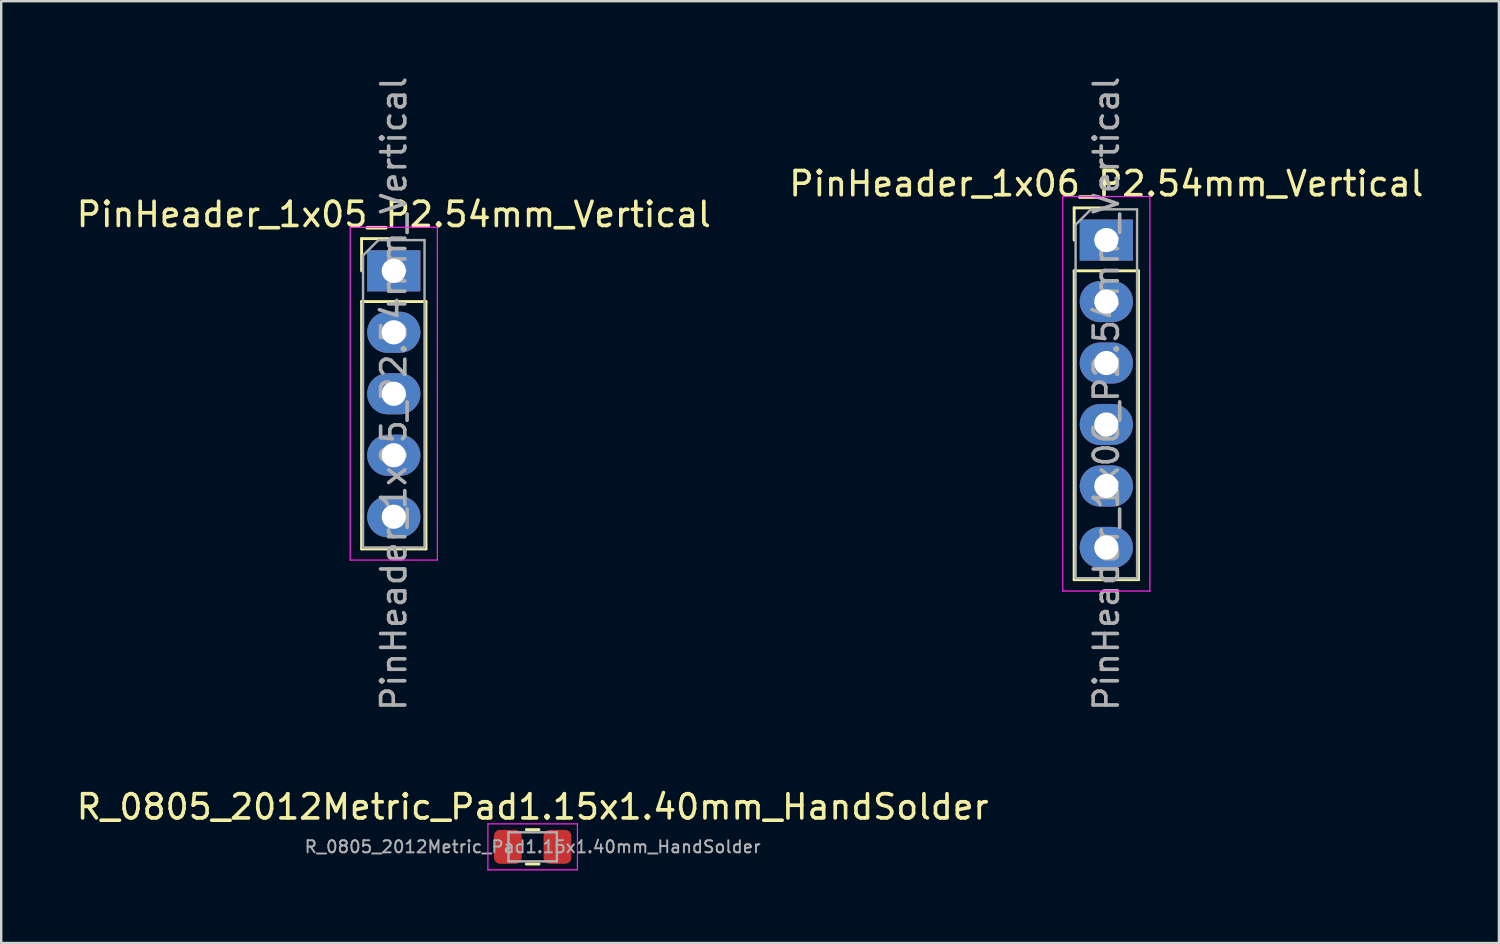
<source format=kicad_pcb>
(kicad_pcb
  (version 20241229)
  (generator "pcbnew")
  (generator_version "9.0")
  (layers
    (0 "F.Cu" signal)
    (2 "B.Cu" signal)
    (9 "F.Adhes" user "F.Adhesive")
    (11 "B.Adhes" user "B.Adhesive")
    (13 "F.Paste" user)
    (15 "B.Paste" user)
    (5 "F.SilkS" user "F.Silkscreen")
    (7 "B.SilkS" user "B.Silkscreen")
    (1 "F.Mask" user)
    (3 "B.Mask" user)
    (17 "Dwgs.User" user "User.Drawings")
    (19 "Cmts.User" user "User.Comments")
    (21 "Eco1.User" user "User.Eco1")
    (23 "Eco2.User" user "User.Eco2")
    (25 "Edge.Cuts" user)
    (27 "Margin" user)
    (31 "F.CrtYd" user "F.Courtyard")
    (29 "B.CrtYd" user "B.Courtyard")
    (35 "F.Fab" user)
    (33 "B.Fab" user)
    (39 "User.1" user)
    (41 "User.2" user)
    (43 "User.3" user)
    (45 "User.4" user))
  (footprint "PinHeader_1x05_P2.54mm_Vertical"
    (layer "F.Cu")
    (at 13.22 8.14)
    (property "Reference" "PinHeader_1x05_P2.54mm_Vertical" (at 0 -2.33 0) (layer "F.SilkS") (effects (font (size 1 1) (thickness 0.15))))
    (attr through_hole)
    (fp_line (start -1.33 -1.33) (end 0 -1.33) (stroke (width 0.12) (type solid)) (layer "F.SilkS"))
    (fp_line (start -1.33 0) (end -1.33 -1.33) (stroke (width 0.12) (type solid)) (layer "F.SilkS"))
    (fp_line (start -1.33 1.27) (end -1.33 11.49) (stroke (width 0.12) (type solid)) (layer "F.SilkS"))
    (fp_line (start -1.33 1.27) (end 1.33 1.27) (stroke (width 0.12) (type solid)) (layer "F.SilkS"))
    (fp_line (start -1.33 11.49) (end 1.33 11.49) (stroke (width 0.12) (type solid)) (layer "F.SilkS"))
    (fp_line (start 1.33 1.27) (end 1.33 11.49) (stroke (width 0.12) (type solid)) (layer "F.SilkS"))
    (fp_line (start -1.8 -1.8) (end -1.8 11.95) (stroke (width 0.05) (type solid)) (layer "F.CrtYd"))
    (fp_line (start -1.8 11.95) (end 1.8 11.95) (stroke (width 0.05) (type solid)) (layer "F.CrtYd"))
    (fp_line (start 1.8 -1.8) (end -1.8 -1.8) (stroke (width 0.05) (type solid)) (layer "F.CrtYd"))
    (fp_line (start 1.8 11.95) (end 1.8 -1.8) (stroke (width 0.05) (type solid)) (layer "F.CrtYd"))
    (fp_line (start -1.27 -0.635) (end -0.635 -1.27) (stroke (width 0.1) (type solid)) (layer "F.Fab"))
    (fp_line (start -1.27 11.43) (end -1.27 -0.635) (stroke (width 0.1) (type solid)) (layer "F.Fab"))
    (fp_line (start -0.635 -1.27) (end 1.27 -1.27) (stroke (width 0.1) (type solid)) (layer "F.Fab"))
    (fp_line (start 1.27 -1.27) (end 1.27 11.43) (stroke (width 0.1) (type solid)) (layer "F.Fab"))
    (fp_line (start 1.27 11.43) (end -1.27 11.43) (stroke (width 0.1) (type solid)) (layer "F.Fab"))
    (fp_text user "${REFERENCE}" (at 0 5.08 270) (layer "F.Fab") (effects (font (size 1 1) (thickness 0.15))))
    (pad "1" thru_hole rect (at 0 0) (size 2.2 1.7) (drill 1) (layers "*.Cu" "*.Mask"))
    (pad "2" thru_hole oval (at 0 2.54) (size 2.2 1.7) (drill 1) (layers "*.Cu" "*.Mask"))
    (pad "3" thru_hole oval (at 0 5.08) (size 2.2 1.7) (drill 1) (layers "*.Cu" "*.Mask"))
    (pad "4" thru_hole oval (at 0 7.62) (size 2.2 1.7) (drill 1) (layers "*.Cu" "*.Mask"))
    (pad "5" thru_hole oval (at 0 10.16) (size 2.2 1.7) (drill 1) (layers "*.Cu" "*.Mask")))
  (footprint "PinHeader_1x06_P2.54mm_Vertical"
    (layer "F.Cu")
    (at 42.661 6.87)
    (property "Reference" "PinHeader_1x06_P2.54mm_Vertical" (at 0 -2.33 180) (layer "F.SilkS") (effects (font (size 1 1) (thickness 0.15))))
    (attr through_hole)
    (fp_line (start -1.33 -1.33) (end 0 -1.33) (stroke (width 0.12) (type solid)) (layer "F.SilkS"))
    (fp_line (start -1.33 0) (end -1.33 -1.33) (stroke (width 0.12) (type solid)) (layer "F.SilkS"))
    (fp_line (start -1.33 1.27) (end -1.33 14.03) (stroke (width 0.12) (type solid)) (layer "F.SilkS"))
    (fp_line (start -1.33 1.27) (end 1.33 1.27) (stroke (width 0.12) (type solid)) (layer "F.SilkS"))
    (fp_line (start -1.33 14.03) (end 1.33 14.03) (stroke (width 0.12) (type solid)) (layer "F.SilkS"))
    (fp_line (start 1.33 1.27) (end 1.33 14.03) (stroke (width 0.12) (type solid)) (layer "F.SilkS"))
    (fp_line (start -1.8 -1.8) (end -1.8 14.5) (stroke (width 0.05) (type solid)) (layer "F.CrtYd"))
    (fp_line (start -1.8 14.5) (end 1.8 14.5) (stroke (width 0.05) (type solid)) (layer "F.CrtYd"))
    (fp_line (start 1.8 -1.8) (end -1.8 -1.8) (stroke (width 0.05) (type solid)) (layer "F.CrtYd"))
    (fp_line (start 1.8 14.5) (end 1.8 -1.8) (stroke (width 0.05) (type solid)) (layer "F.CrtYd"))
    (fp_line (start -1.27 -0.635) (end -0.635 -1.27) (stroke (width 0.1) (type solid)) (layer "F.Fab"))
    (fp_line (start -1.27 13.97) (end -1.27 -0.635) (stroke (width 0.1) (type solid)) (layer "F.Fab"))
    (fp_line (start -0.635 -1.27) (end 1.27 -1.27) (stroke (width 0.1) (type solid)) (layer "F.Fab"))
    (fp_line (start 1.27 -1.27) (end 1.27 13.97) (stroke (width 0.1) (type solid)) (layer "F.Fab"))
    (fp_line (start 1.27 13.97) (end -1.27 13.97) (stroke (width 0.1) (type solid)) (layer "F.Fab"))
    (fp_text user "${REFERENCE}" (at 0 6.35 90) (layer "F.Fab") (effects (font (size 1 1) (thickness 0.15))))
    (pad "1" thru_hole rect (at 0 0) (size 2.2 1.7) (drill 1) (layers "*.Cu" "*.Mask"))
    (pad "2" thru_hole oval (at 0 2.54) (size 2.2 1.7) (drill 1) (layers "*.Cu" "*.Mask"))
    (pad "3" thru_hole oval (at 0 5.08) (size 2.2 1.7) (drill 1) (layers "*.Cu" "*.Mask"))
    (pad "4" thru_hole oval (at 0 7.62) (size 2.2 1.7) (drill 1) (layers "*.Cu" "*.Mask"))
    (pad "5" thru_hole oval (at 0 10.16) (size 2.2 1.7) (drill 1) (layers "*.Cu" "*.Mask"))
    (pad "6" thru_hole oval (at 0 12.7) (size 2.2 1.7) (drill 1) (layers "*.Cu" "*.Mask")))
  (footprint "R_0805_2012Metric_Pad1.15x1.40mm_HandSolder"
    (layer "F.Cu")
    (at 18.958 31.939)
    (property "Reference" "R_0805_2012Metric_Pad1.15x1.40mm_HandSolder" (at 0 -1.65 0) (layer "F.SilkS") (effects (font (size 1 1) (thickness 0.15))))
    (attr smd)
    (fp_line (start -0.261 -0.71) (end 0.261 -0.71) (stroke (width 0.12) (type solid)) (layer "F.SilkS"))
    (fp_line (start -0.261 0.71) (end 0.261 0.71) (stroke (width 0.12) (type solid)) (layer "F.SilkS"))
    (fp_line (start -1.85 -0.95) (end 1.85 -0.95) (stroke (width 0.05) (type solid)) (layer "F.CrtYd"))
    (fp_line (start -1.85 0.95) (end -1.85 -0.95) (stroke (width 0.05) (type solid)) (layer "F.CrtYd"))
    (fp_line (start 1.85 -0.95) (end 1.85 0.95) (stroke (width 0.05) (type solid)) (layer "F.CrtYd"))
    (fp_line (start 1.85 0.95) (end -1.85 0.95) (stroke (width 0.05) (type solid)) (layer "F.CrtYd"))
    (fp_line (start -1 -0.6) (end 1 -0.6) (stroke (width 0.1) (type solid)) (layer "F.Fab"))
    (fp_line (start -1 0.6) (end -1 -0.6) (stroke (width 0.1) (type solid)) (layer "F.Fab"))
    (fp_line (start 1 -0.6) (end 1 0.6) (stroke (width 0.1) (type solid)) (layer "F.Fab"))
    (fp_line (start 1 0.6) (end -1 0.6) (stroke (width 0.1) (type solid)) (layer "F.Fab"))
    (fp_text user "${REFERENCE}" (at 0 0 0) (layer "F.Fab") (effects (font (size 0.5 0.5) (thickness 0.08))))
    (pad "1" smd roundrect (at -1.025 0) (size 1.15 1.4) (layers "F.Cu" "F.Mask" "F.Paste") (roundrect_rratio 0.217))
    (pad "2" smd roundrect (at 1.025 0) (size 1.15 1.4) (layers "F.Cu" "F.Mask" "F.Paste") (roundrect_rratio 0.217)))
  (gr_rect
    (start -3 -3)
    (end 58.881 35.914)
    (stroke (width 0.1) (type default))
    (fill no)
    (layer "Edge.Cuts")))
</source>
